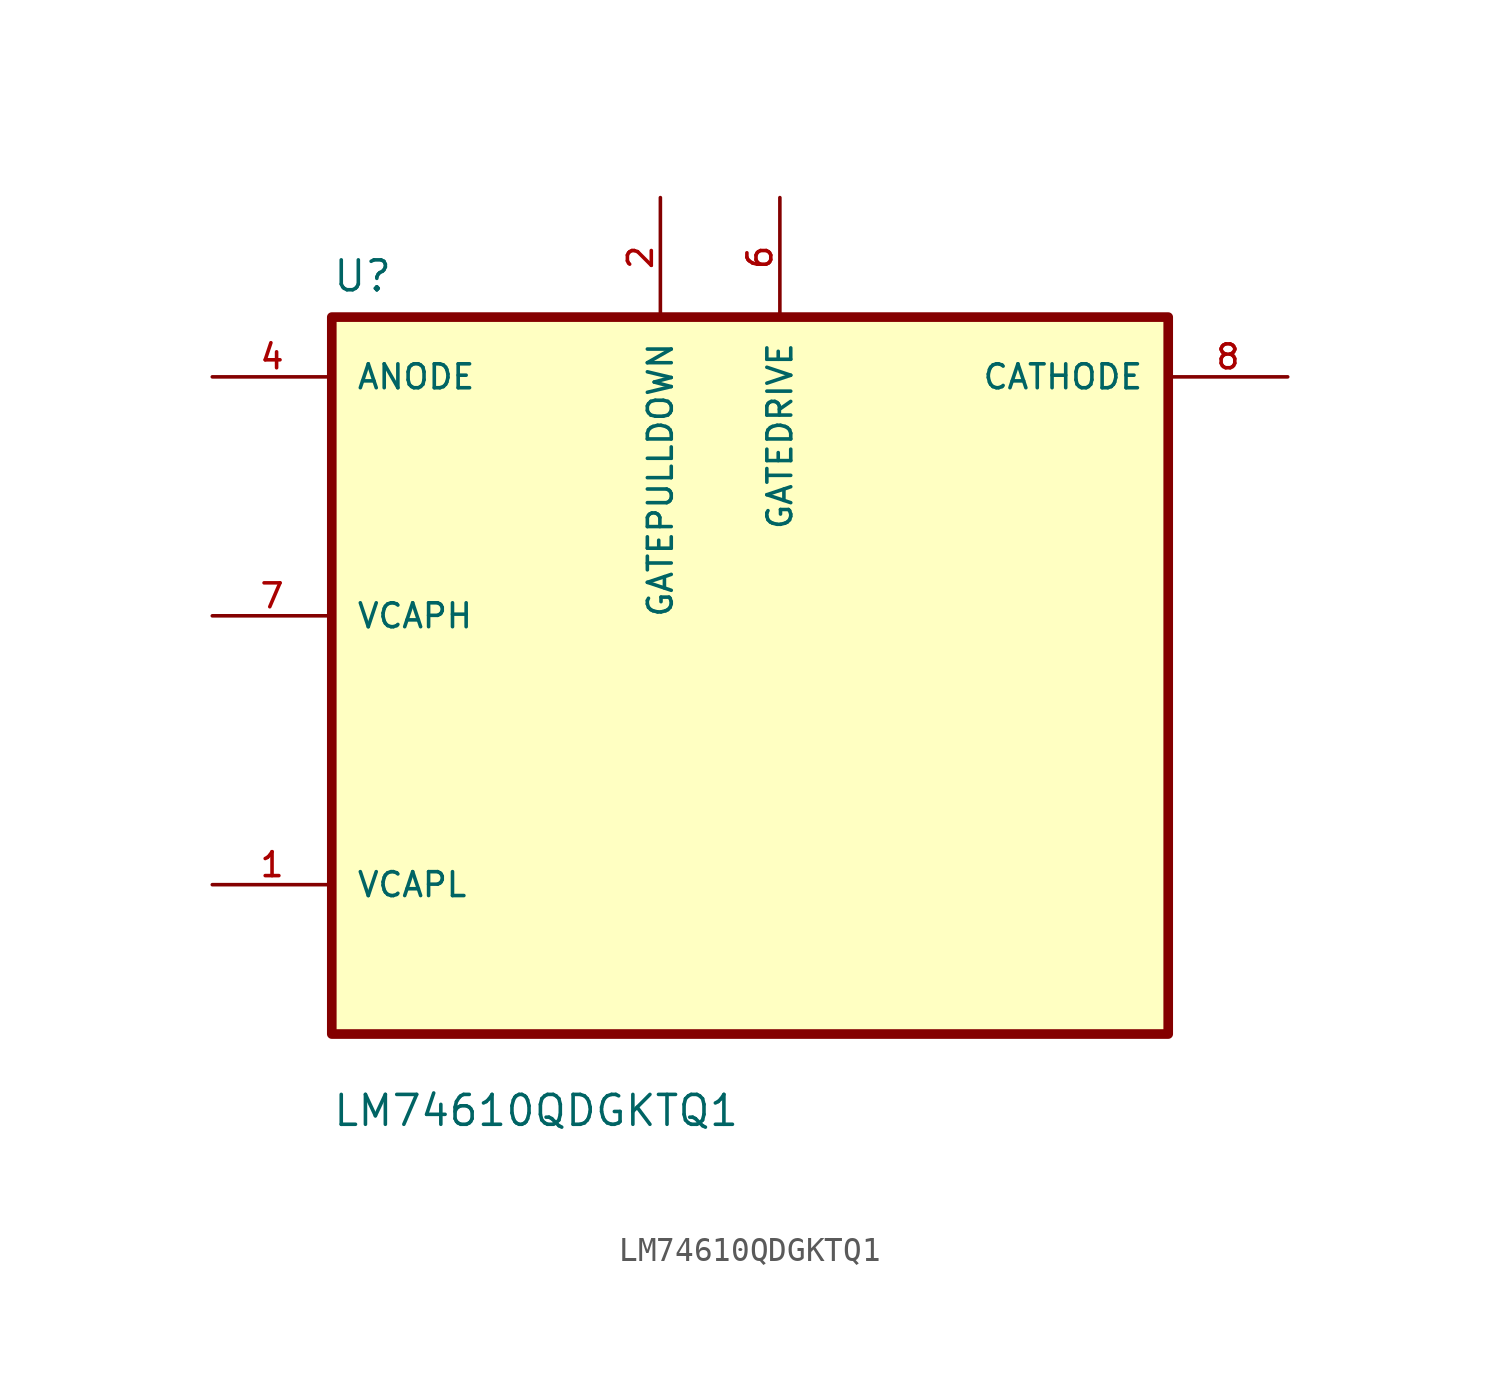
<source format=kicad_sym>
(kicad_symbol_lib
  (version 20241209)
  (generator "kicad_symbol_editor")
  (generator_version "9.0")
  (symbol "LM74610QDGKTQ1"
    (pin_names
      (offset 1.016))
    (property "Reference" "U"
      (at -17.78 16.24 0)
      (effects (font (size 1.27 1.27)) (justify left bottom)))
    (property "Value" "LM74610QDGKTQ1"
      (at -17.78 -19.24 0)
      (effects (font (size 1.27 1.27)) (justify left bottom)))
    (symbol "LM74610QDGKTQ1_0_0"
      (rectangle (start -17.78 -15.24) (end 17.78 15.24) (stroke (width 0.41) (type default)) (fill (type background)))
      (pin bidirectional line (at -22.86 2.54 0) (length 5.08) (name "VCAPH" (effects (font (size 1.016 1.016)))) (number "7" (effects (font (size 1.016 1.016)))))
      (pin bidirectional line (at -22.86 -8.89 0) (length 5.08) (name "VCAPL" (effects (font (size 1.016 1.016)))) (number "1" (effects (font (size 1.016 1.016)))))
      (pin bidirectional line (at -3.81 20.32 270) (length 5.08) (name "GATEPULLDOWN" (effects (font (size 1.016 1.016)))) (number "2" (effects (font (size 1.016 1.016)))))
      (pin bidirectional line (at 1.27 20.32 270) (length 5.08) (name "GATEDRIVE" (effects (font (size 1.016 1.016)))) (number "6" (effects (font (size 1.016 1.016))))))
    (symbol "LM74610QDGKTQ1_1_0"
      (pin passive line (at -22.86 12.7 0) (length 5.08) (name "ANODE" (effects (font (size 1.016 1.016)))) (number "4" (effects (font (size 1.016 1.016)))))
      (pin passive line (at 22.86 12.7 180) (length 5.08) (name "CATHODE" (effects (font (size 1.016 1.016)))) (number "8" (effects (font (size 1.016 1.016))))))))
</source>
